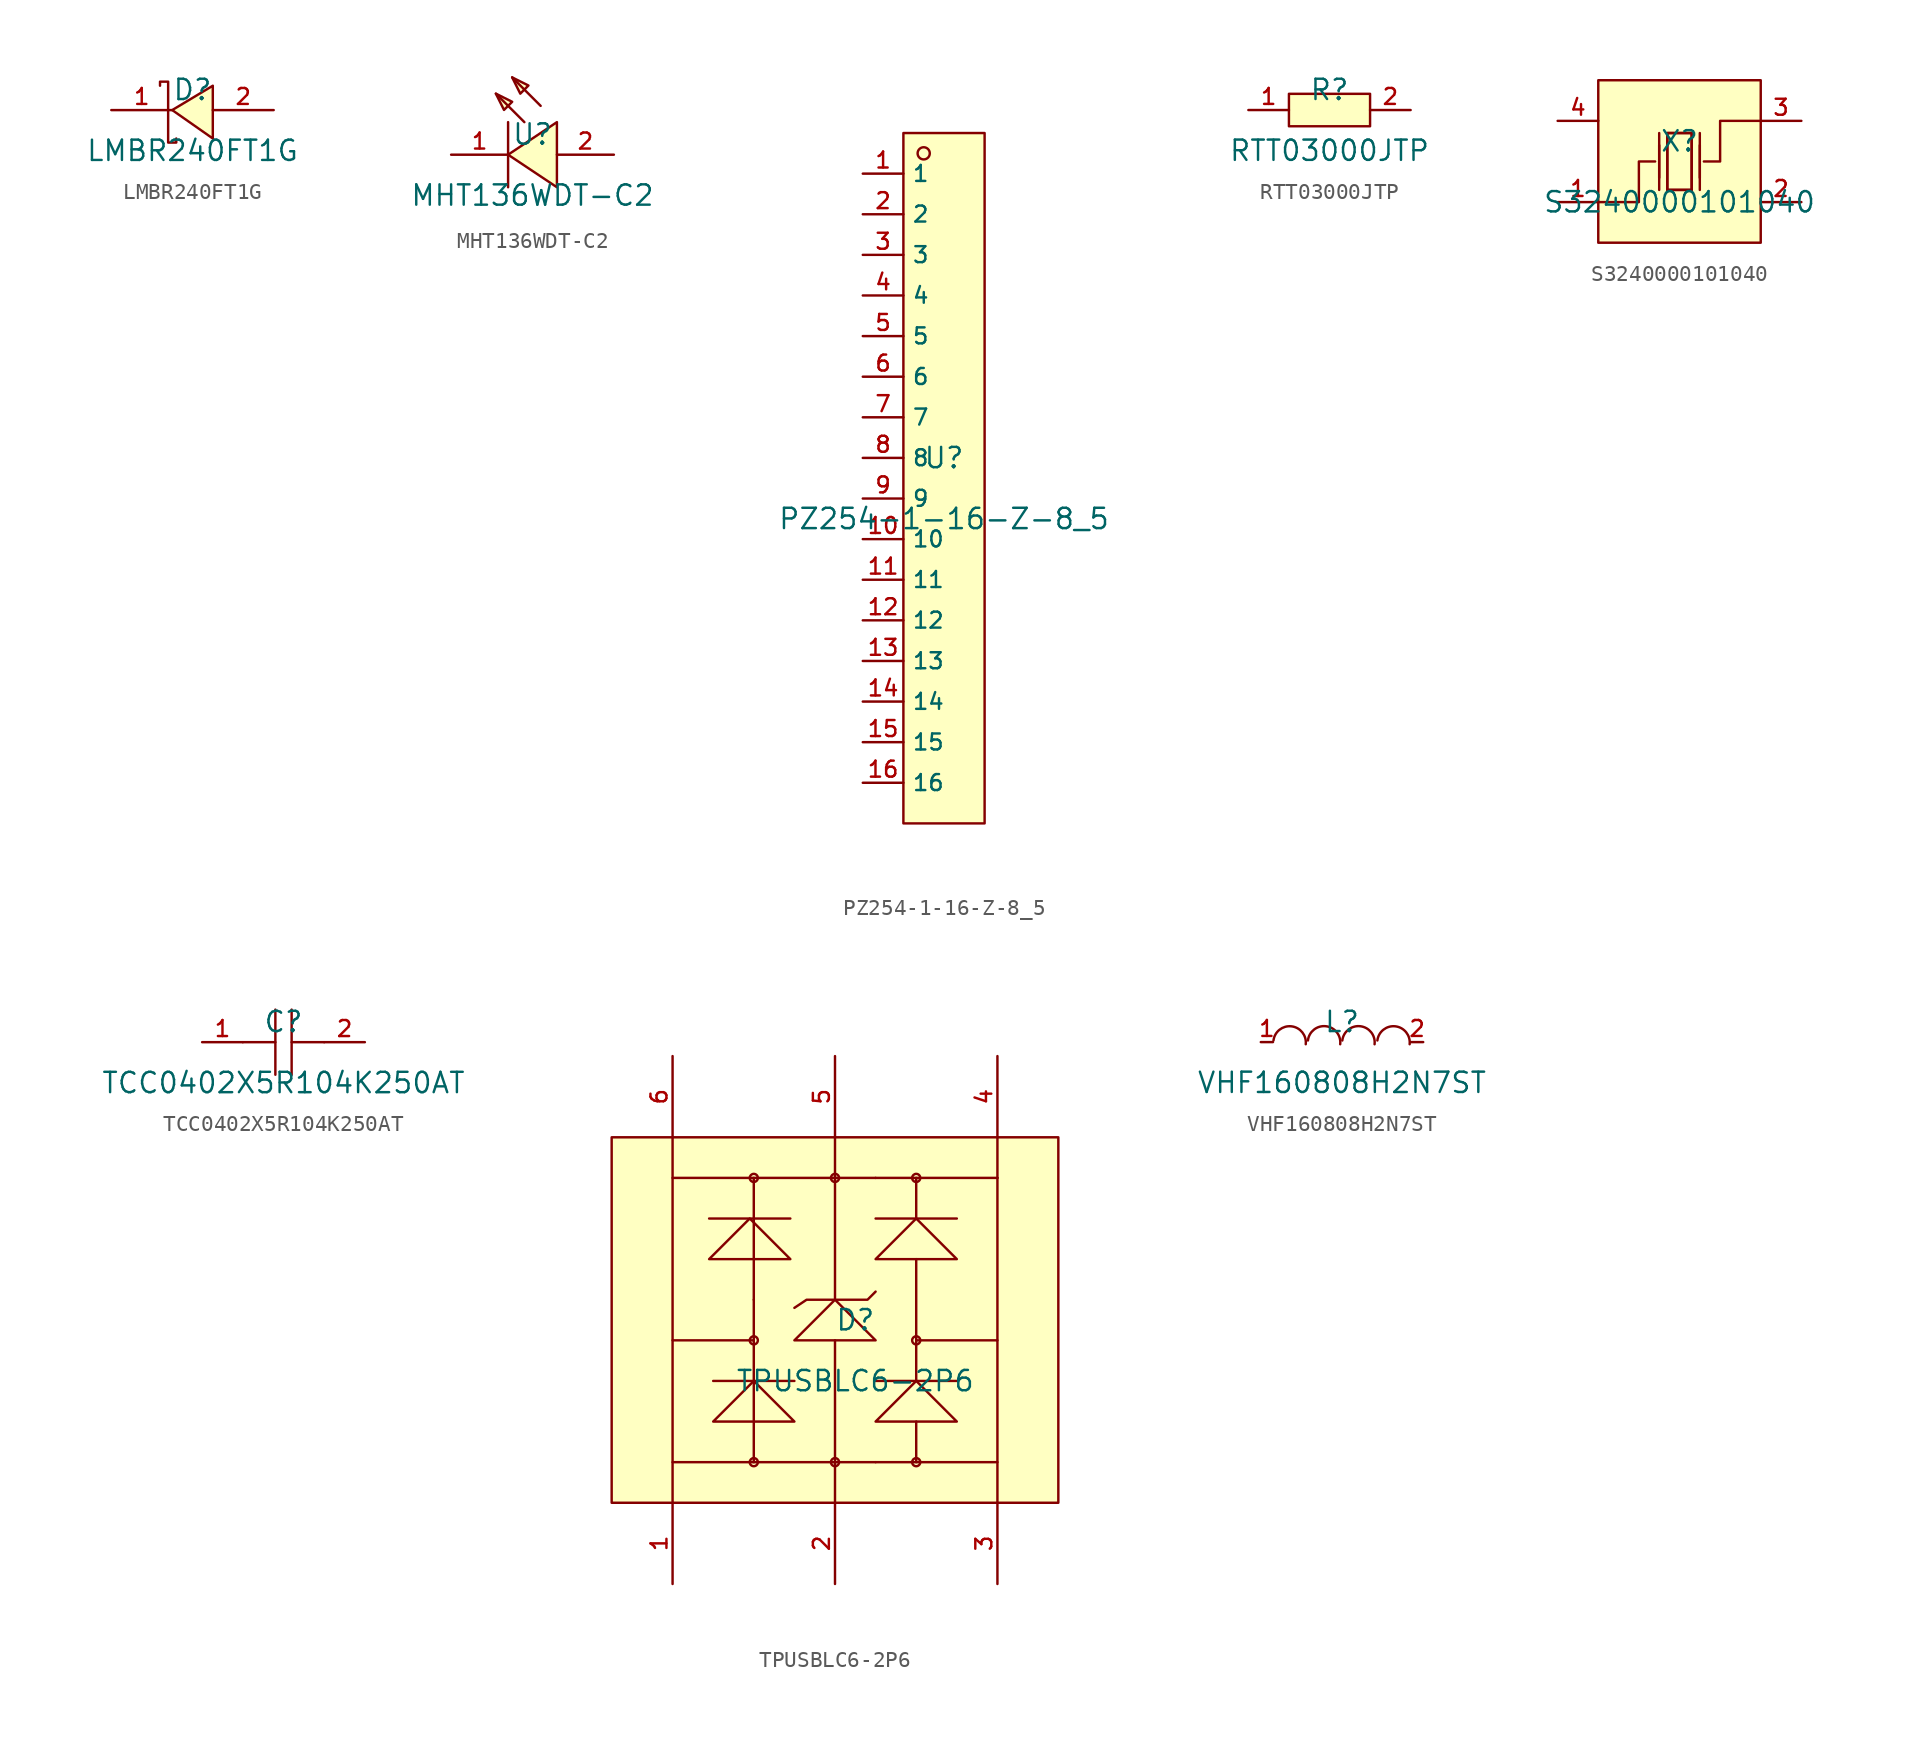
<source format=kicad_sym>
(kicad_symbol_lib
  (version 20210201)
  (generator TousstNicolas/JLC2KiCad_lib)
  (symbol "LMBR240FT1G"
    (pin_names hide)
    (property "Reference" "D"
      (at 0 1.27 0)
      (effects (font (size 1.27 1.27))))
    (property "Value" "LMBR240FT1G"
      (at 0 -2.54 0)
      (effects (font (size 1.27 1.27))))
    (symbol "LMBR240FT1G_0_1"
      (pin unspecified line (at 5.08 -0.0 180) (length 3.81) (name "A" (effects (font (size 1 1)))) (number "2" (effects (font (size 1 1)))))
      (pin unspecified line (at -5.08 -0.0 0) (length 3.81) (name "C" (effects (font (size 1 1)))) (number "1" (effects (font (size 1 1)))))
      (polyline (pts (xy -2.032 1.524) (xy -2.032 1.778) (xy -1.524 1.778) (xy -1.524 -2.032) (xy -1.016 -2.032) (xy -1.016 -1.778)) (stroke (width 0) (type default) (color 0 0 0 0)) (fill (type none)))
      (polyline (pts (xy 1.27 1.524) (xy -1.27 -0.0) (xy 1.27 -1.778) (xy 1.27 1.524)) (stroke (width 0) (type default) (color 0 0 0 0)) (fill (type background)))))
  (symbol "MHT136WDT-C2"
    (pin_names hide)
    (property "Reference" "U"
      (at 0 1.27 0)
      (effects (font (size 1.27 1.27))))
    (property "Value" "MHT136WDT-C2"
      (at 0 -2.54 0)
      (effects (font (size 1.27 1.27))))
    (symbol "MHT136WDT-C2_0_1"
      (polyline (pts (xy 1.524 -2.032) (xy -1.524 -0.0) (xy 1.524 2.032) (xy 1.524 -2.032)) (stroke (width 0) (type default) (color 0 0 0 0)) (fill (type background)))
      (polyline (pts (xy -1.524 2.032) (xy -1.524 -2.032)) (stroke (width 0) (type default) (color 0 0 0 0)) (fill (type none)))
      (pin unspecified line (at 5.08 -0.0 180) (length 3.556) (name "A" (effects (font (size 1 1)))) (number "2" (effects (font (size 1 1)))))
      (polyline (pts (xy 0.508 3.048) (xy -1.27 4.826)) (stroke (width 0) (type default) (color 0 0 0 0)) (fill (type none)))
      (polyline (pts (xy -0.508 2.032) (xy -2.286 3.81)) (stroke (width 0) (type default) (color 0 0 0 0)) (fill (type none)))
      (pin unspecified line (at -5.08 -0.0 0) (length 3.556) (name "K" (effects (font (size 1 1)))) (number "1" (effects (font (size 1 1)))))
      (polyline (pts (xy -1.27 4.826) (xy -0.254 4.318) (xy -0.762 3.81) (xy -1.27 4.826)) (stroke (width 0) (type default) (color 0 0 0 0)) (fill (type background)))
      (polyline (pts (xy -2.286 3.81) (xy -1.27 3.302) (xy -1.778 2.794) (xy -2.286 3.81)) (stroke (width 0) (type default) (color 0 0 0 0)) (fill (type background)))))
  (symbol "PZ254-1-16-Z-8_5"
    (property "Reference" "U"
      (at 0 1.27 0)
      (effects (font (size 1.27 1.27))))
    (property "Value" "PZ254-1-16-Z-8_5"
      (at 0 -2.54 0)
      (effects (font (size 1.27 1.27))))
    (symbol "PZ254-1-16-Z-8_5_0_1"
      (rectangle (start -2.54 21.59) (end 2.54 -21.59) (stroke (width 0) (type default) (color 0 0 0 0)) (fill (type background)))
      (circle (center -1.27 20.32) (radius 0.381) (stroke (width 0) (type default) (color 0 0 0 0)) (fill (type background)))
      (pin unspecified line (at -5.08 19.05 0) (length 2.54) (name "1" (effects (font (size 1 1)))) (number "1" (effects (font (size 1 1)))))
      (pin unspecified line (at -5.08 16.51 0) (length 2.54) (name "2" (effects (font (size 1 1)))) (number "2" (effects (font (size 1 1)))))
      (pin unspecified line (at -5.08 13.97 0) (length 2.54) (name "3" (effects (font (size 1 1)))) (number "3" (effects (font (size 1 1)))))
      (pin unspecified line (at -5.08 11.43 0) (length 2.54) (name "4" (effects (font (size 1 1)))) (number "4" (effects (font (size 1 1)))))
      (pin unspecified line (at -5.08 8.89 0) (length 2.54) (name "5" (effects (font (size 1 1)))) (number "5" (effects (font (size 1 1)))))
      (pin unspecified line (at -5.08 6.35 0) (length 2.54) (name "6" (effects (font (size 1 1)))) (number "6" (effects (font (size 1 1)))))
      (pin unspecified line (at -5.08 3.81 0) (length 2.54) (name "7" (effects (font (size 1 1)))) (number "7" (effects (font (size 1 1)))))
      (pin unspecified line (at -5.08 1.27 0) (length 2.54) (name "8" (effects (font (size 1 1)))) (number "8" (effects (font (size 1 1)))))
      (pin unspecified line (at -5.08 -1.27 0) (length 2.54) (name "9" (effects (font (size 1 1)))) (number "9" (effects (font (size 1 1)))))
      (pin unspecified line (at -5.08 -3.81 0) (length 2.54) (name "10" (effects (font (size 1 1)))) (number "10" (effects (font (size 1 1)))))
      (pin unspecified line (at -5.08 -6.35 0) (length 2.54) (name "11" (effects (font (size 1 1)))) (number "11" (effects (font (size 1 1)))))
      (pin unspecified line (at -5.08 -8.89 0) (length 2.54) (name "12" (effects (font (size 1 1)))) (number "12" (effects (font (size 1 1)))))
      (pin unspecified line (at -5.08 -11.43 0) (length 2.54) (name "13" (effects (font (size 1 1)))) (number "13" (effects (font (size 1 1)))))
      (pin unspecified line (at -5.08 -13.97 0) (length 2.54) (name "14" (effects (font (size 1 1)))) (number "14" (effects (font (size 1 1)))))
      (pin unspecified line (at -5.08 -16.51 0) (length 2.54) (name "15" (effects (font (size 1 1)))) (number "15" (effects (font (size 1 1)))))
      (pin unspecified line (at -5.08 -19.05 0) (length 2.54) (name "16" (effects (font (size 1 1)))) (number "16" (effects (font (size 1 1)))))))
  (symbol "RTT03000JTP"
    (pin_names hide)
    (property "Reference" "R"
      (at 0 1.27 0)
      (effects (font (size 1.27 1.27))))
    (property "Value" "RTT03000JTP"
      (at 0 -2.54 0)
      (effects (font (size 1.27 1.27))))
    (symbol "RTT03000JTP_0_1"
      (pin input line (at 5.08 -0.0 180) (length 2.54) (name "2" (effects (font (size 1 1)))) (number "2" (effects (font (size 1 1)))))
      (pin input line (at -5.08 -0.0 0) (length 2.54) (name "1" (effects (font (size 1 1)))) (number "1" (effects (font (size 1 1)))))
      (rectangle (start -2.54 1.016) (end 2.54 -1.016) (stroke (width 0) (type default) (color 0 0 0 0)) (fill (type background)))))
  (symbol "S3240000101040"
    (pin_names hide)
    (property "Reference" "X"
      (at 0 1.27 0)
      (effects (font (size 1.27 1.27))))
    (property "Value" "S3240000101040"
      (at 0 -2.54 0)
      (effects (font (size 1.27 1.27))))
    (symbol "S3240000101040_0_1"
      (pin unspecified line (at 7.62 2.54 180) (length 2.54) (name "OSC2" (effects (font (size 1 1)))) (number "3" (effects (font (size 1 1)))))
      (pin unspecified line (at -7.62 -2.54 0) (length 2.54) (name "OSC1" (effects (font (size 1 1)))) (number "1" (effects (font (size 1 1)))))
      (rectangle (start -5.08 5.08) (end 5.08 -5.08) (stroke (width 0) (type default) (color 0 0 0 0)) (fill (type background)))
      (pin unspecified line (at 7.62 -2.54 180) (length 2.54) (name "GND" (effects (font (size 1 1)))) (number "2" (effects (font (size 1 1)))))
      (pin unspecified line (at -7.62 2.54 0) (length 2.54) (name "GND" (effects (font (size 1 1)))) (number "4" (effects (font (size 1 1)))))
      (polyline (pts (xy 0.762 1.778) (xy 0.762 -1.778) (xy -0.762 -1.778) (xy -0.762 1.778) (xy 0.762 1.778)) (stroke (width 0) (type default) (color 0 0 0 0)) (fill (type none)))
      (polyline (pts (xy -1.27 -1.778) (xy -1.27 1.778)) (stroke (width 0) (type default) (color 0 0 0 0)) (fill (type none)))
      (polyline (pts (xy 1.27 -1.778) (xy 1.27 1.778)) (stroke (width 0) (type default) (color 0 0 0 0)) (fill (type none)))
      (polyline (pts (xy -5.08 -2.54) (xy -2.54 -2.54) (xy -2.54 -0.0) (xy -1.524 -0.0)) (stroke (width 0) (type default) (color 0 0 0 0)) (fill (type none)))
      (polyline (pts (xy 5.08 2.54) (xy 2.54 2.54) (xy 2.54 -0.0) (xy 1.524 -0.0)) (stroke (width 0) (type default) (color 0 0 0 0)) (fill (type none)))
      (polyline (pts (xy -0.762 -1.778) (xy -0.762 1.778) (xy 0.762 1.778) (xy 0.762 -1.778)) (stroke (width 0) (type default) (color 0 0 0 0)) (fill (type none)))
      (polyline (pts (xy 1.27 -1.016) (xy 1.27 1.016)) (stroke (width 0) (type default) (color 0 0 0 0)) (fill (type none)))
      (polyline (pts (xy 0.762 -1.778) (xy -0.762 -1.778)) (stroke (width 0) (type default) (color 0 0 0 0)) (fill (type none)))
      (polyline (pts (xy -1.27 -1.016) (xy -1.27 1.016)) (stroke (width 0) (type default) (color 0 0 0 0)) (fill (type none)))))
  (symbol "TCC0402X5R104K250AT"
    (pin_names hide)
    (property "Reference" "C"
      (at 0 1.27 0)
      (effects (font (size 1.27 1.27))))
    (property "Value" "TCC0402X5R104K250AT"
      (at 0 -2.54 0)
      (effects (font (size 1.27 1.27))))
    (symbol "TCC0402X5R104K250AT_0_1"
      (polyline (pts (xy -0.508 -2.032) (xy -0.508 2.032)) (stroke (width 0) (type default) (color 0 0 0 0)) (fill (type none)))
      (pin unspecified line (at -5.08 -0.0 0) (length 2.54) (name "1" (effects (font (size 1 1)))) (number "1" (effects (font (size 1 1)))))
      (polyline (pts (xy 2.54 -0.0) (xy 0.508 -0.0)) (stroke (width 0) (type default) (color 0 0 0 0)) (fill (type none)))
      (polyline (pts (xy 0.508 2.032) (xy 0.508 -2.032)) (stroke (width 0) (type default) (color 0 0 0 0)) (fill (type none)))
      (pin unspecified line (at 5.08 -0.0 180) (length 2.54) (name "2" (effects (font (size 1 1)))) (number "2" (effects (font (size 1 1)))))
      (polyline (pts (xy -0.508 -0.0) (xy -2.54 -0.0)) (stroke (width 0) (type default) (color 0 0 0 0)) (fill (type none)))))
  (symbol "TPUSBLC6-2P6"
    (pin_names hide)
    (property "Reference" "D"
      (at 0 1.27 0)
      (effects (font (size 1.27 1.27))))
    (property "Value" "TPUSBLC6-2P6"
      (at 0 -2.54 0)
      (effects (font (size 1.27 1.27))))
    (symbol "TPUSBLC6-2P6_0_1"
      (rectangle (start -15.24 12.7) (end 12.7 -10.16) (stroke (width 0) (type default) (color 0 0 0 0)) (fill (type background)))
      (pin input line (at -11.43 -15.24 90) (length 5.08) (name "1" (effects (font (size 1 1)))) (number "1" (effects (font (size 1 1)))))
      (pin input line (at -1.27 -15.24 90) (length 5.08) (name "2" (effects (font (size 1 1)))) (number "2" (effects (font (size 1 1)))))
      (pin input line (at 8.89 -15.24 90) (length 5.08) (name "3" (effects (font (size 1 1)))) (number "3" (effects (font (size 1 1)))))
      (pin input line (at 8.89 17.78 270) (length 5.08) (name "4" (effects (font (size 1 1)))) (number "4" (effects (font (size 1 1)))))
      (pin input line (at -1.27 17.78 270) (length 5.08) (name "5" (effects (font (size 1 1)))) (number "5" (effects (font (size 1 1)))))
      (polyline (pts (xy -6.35 -7.62) (xy -6.35 2.54)) (stroke (width 0) (type default) (color 0 0 0 0)) (fill (type none)))
      (polyline (pts (xy 1.27 -0.0) (xy -1.27 2.54) (xy -3.81 -0.0) (xy 1.27 -0.0)) (stroke (width 0) (type default) (color 0 0 0 0)) (fill (type background)))
      (polyline (pts (xy -3.81 2.032) (xy -3.048 2.54) (xy 0.762 2.54) (xy 1.27 3.048)) (stroke (width 0) (type default) (color 0 0 0 0)) (fill (type none)))
      (pin input line (at -11.43 17.78 270) (length 5.08) (name "6" (effects (font (size 1 1)))) (number "6" (effects (font (size 1 1)))))
      (polyline (pts (xy -6.35 2.54) (xy -6.35 10.16)) (stroke (width 0) (type default) (color 0 0 0 0)) (fill (type none)))
      (polyline (pts (xy -4.064 5.08) (xy -6.604 7.62) (xy -9.144 5.08) (xy -4.064 5.08)) (stroke (width 0) (type default) (color 0 0 0 0)) (fill (type background)))
      (polyline (pts (xy -9.144 7.62) (xy -4.064 7.62)) (stroke (width 0) (type default) (color 0 0 0 0)) (fill (type none)))
      (polyline (pts (xy -3.81 -5.08) (xy -6.35 -2.54) (xy -8.89 -5.08) (xy -3.81 -5.08)) (stroke (width 0) (type default) (color 0 0 0 0)) (fill (type background)))
      (polyline (pts (xy -8.89 -2.54) (xy -3.81 -2.54)) (stroke (width 0) (type default) (color 0 0 0 0)) (fill (type none)))
      (polyline (pts (xy -11.43 -0.0) (xy -11.43 2.54) (xy -11.43 12.7)) (stroke (width 0) (type default) (color 0 0 0 0)) (fill (type none)))
      (polyline (pts (xy -6.35 -0.0) (xy -11.43 -0.0) (xy -11.43 -10.16)) (stroke (width 0) (type default) (color 0 0 0 0)) (fill (type none)))
      (polyline (pts (xy -11.43 -7.62) (xy 1.27 -7.62)) (stroke (width 0) (type default) (color 0 0 0 0)) (fill (type none)))
      (polyline (pts (xy -11.43 10.16) (xy 1.27 10.16)) (stroke (width 0) (type default) (color 0 0 0 0)) (fill (type none)))
      (polyline (pts (xy -1.27 -10.16) (xy -1.27 -0.0)) (stroke (width 0) (type default) (color 0 0 0 0)) (fill (type none)))
      (polyline (pts (xy -1.27 2.54) (xy -1.27 10.16)) (stroke (width 0) (type default) (color 0 0 0 0)) (fill (type none)))
      (polyline (pts (xy 6.35 -5.08) (xy 3.81 -2.54) (xy 1.27 -5.08) (xy 6.35 -5.08)) (stroke (width 0) (type default) (color 0 0 0 0)) (fill (type background)))
      (polyline (pts (xy 1.27 -2.54) (xy 6.35 -2.54)) (stroke (width 0) (type default) (color 0 0 0 0)) (fill (type none)))
      (polyline (pts (xy 6.35 5.08) (xy 3.81 7.62) (xy 1.27 5.08) (xy 6.35 5.08)) (stroke (width 0) (type default) (color 0 0 0 0)) (fill (type background)))
      (polyline (pts (xy 1.27 7.62) (xy 6.35 7.62)) (stroke (width 0) (type default) (color 0 0 0 0)) (fill (type none)))
      (polyline (pts (xy 3.81 -2.54) (xy 3.81 5.08)) (stroke (width 0) (type default) (color 0 0 0 0)) (fill (type none)))
      (polyline (pts (xy 3.81 -5.08) (xy 3.81 -7.62) (xy 1.27 -7.62)) (stroke (width 0) (type default) (color 0 0 0 0)) (fill (type none)))
      (polyline (pts (xy 3.81 7.62) (xy 3.81 10.16) (xy 1.27 10.16)) (stroke (width 0) (type default) (color 0 0 0 0)) (fill (type none)))
      (polyline (pts (xy 3.81 -7.62) (xy 8.89 -7.62) (xy 7.62 -7.62)) (stroke (width 0) (type default) (color 0 0 0 0)) (fill (type none)))
      (polyline (pts (xy 8.89 10.16) (xy 8.89 10.16) (xy 3.81 10.16)) (stroke (width 0) (type default) (color 0 0 0 0)) (fill (type none)))
      (polyline (pts (xy -1.27 10.16) (xy -1.27 12.7)) (stroke (width 0) (type default) (color 0 0 0 0)) (fill (type none)))
      (circle (center -6.35 -7.62) (radius 0.254) (stroke (width 0) (type default) (color 0 0 0 0)) (fill (type background)))
      (circle (center -6.35 10.16) (radius 0.254) (stroke (width 0) (type default) (color 0 0 0 0)) (fill (type background)))
      (circle (center 3.81 -7.62) (radius 0.254) (stroke (width 0) (type default) (color 0 0 0 0)) (fill (type background)))
      (circle (center 3.81 10.16) (radius 0.254) (stroke (width 0) (type default) (color 0 0 0 0)) (fill (type background)))
      (circle (center 3.81 -0.0) (radius 0.254) (stroke (width 0) (type default) (color 0 0 0 0)) (fill (type background)))
      (polyline (pts (xy 3.81 -0.0) (xy 8.89 -0.0) (xy 8.89 -10.16)) (stroke (width 0) (type default) (color 0 0 0 0)) (fill (type none)))
      (polyline (pts (xy 8.89 10.16) (xy 8.89 12.7)) (stroke (width 0) (type default) (color 0 0 0 0)) (fill (type none)))
      (circle (center -6.35 -0.0) (radius 0.254) (stroke (width 0) (type default) (color 0 0 0 0)) (fill (type background)))
      (circle (center -1.27 -7.62) (radius 0.254) (stroke (width 0) (type default) (color 0 0 0 0)) (fill (type background)))
      (circle (center -1.27 10.16) (radius 0.254) (stroke (width 0) (type default) (color 0 0 0 0)) (fill (type background)))
      (polyline (pts (xy 8.89 -0.0) (xy 8.89 2.54) (xy 8.89 10.16)) (stroke (width 0) (type default) (color 0 0 0 0)) (fill (type none)))))
  (symbol "VHF160808H2N7ST"
    (pin_names hide)
    (property "Reference" "L"
      (at 0 1.27 0)
      (effects (font (size 1.27 1.27))))
    (property "Value" "VHF160808H2N7ST"
      (at 0 -2.54 0)
      (effects (font (size 1.27 1.27))))
    (symbol "VHF160808H2N7ST_0_1"
      (pin unspecified line (at 5.08 -0.0 180) (length 0.762) (name "2" (effects (font (size 1 1)))) (number "2" (effects (font (size 1 1)))))
      (pin unspecified line (at -5.08 -0.0 0) (length 0.762) (name "1" (effects (font (size 1 1)))) (number "1" (effects (font (size 1 1)))))
      (arc (start -2.2674329295749627 -0.1341053884638828) (mid -3.159011207982224 0.9926636483439573) (end -4.285780231504512 0.10108535314652943) (stroke (width 0) (type default) (color 0 0 0 0)) (fill (type none)))
      (arc (start -0.11354180781656804 -0.13565983668102555) (mid -1.0048024524285457 0.9913604595340889) (end -2.131822737142134 0.10009980037815772) (stroke (width 0) (type default) (color 0 0 0 0)) (fill (type none)))
      (arc (start 2.0378424949520375 -0.13565983668102555) (mid 1.1465818503400598 0.9913604595340889) (end 0.019561565626471496 0.10009980037815772) (stroke (width 0) (type default) (color 0 0 0 0)) (fill (type none)))
      (arc (start 4.231170015864318 -0.13410572965492382) (mid 3.3395921275494644 0.9926636202288113) (end 2.2128227952408546 0.10108570970264838) (stroke (width 0) (type default) (color 0 0 0 0)) (fill (type none))))))
</source>
